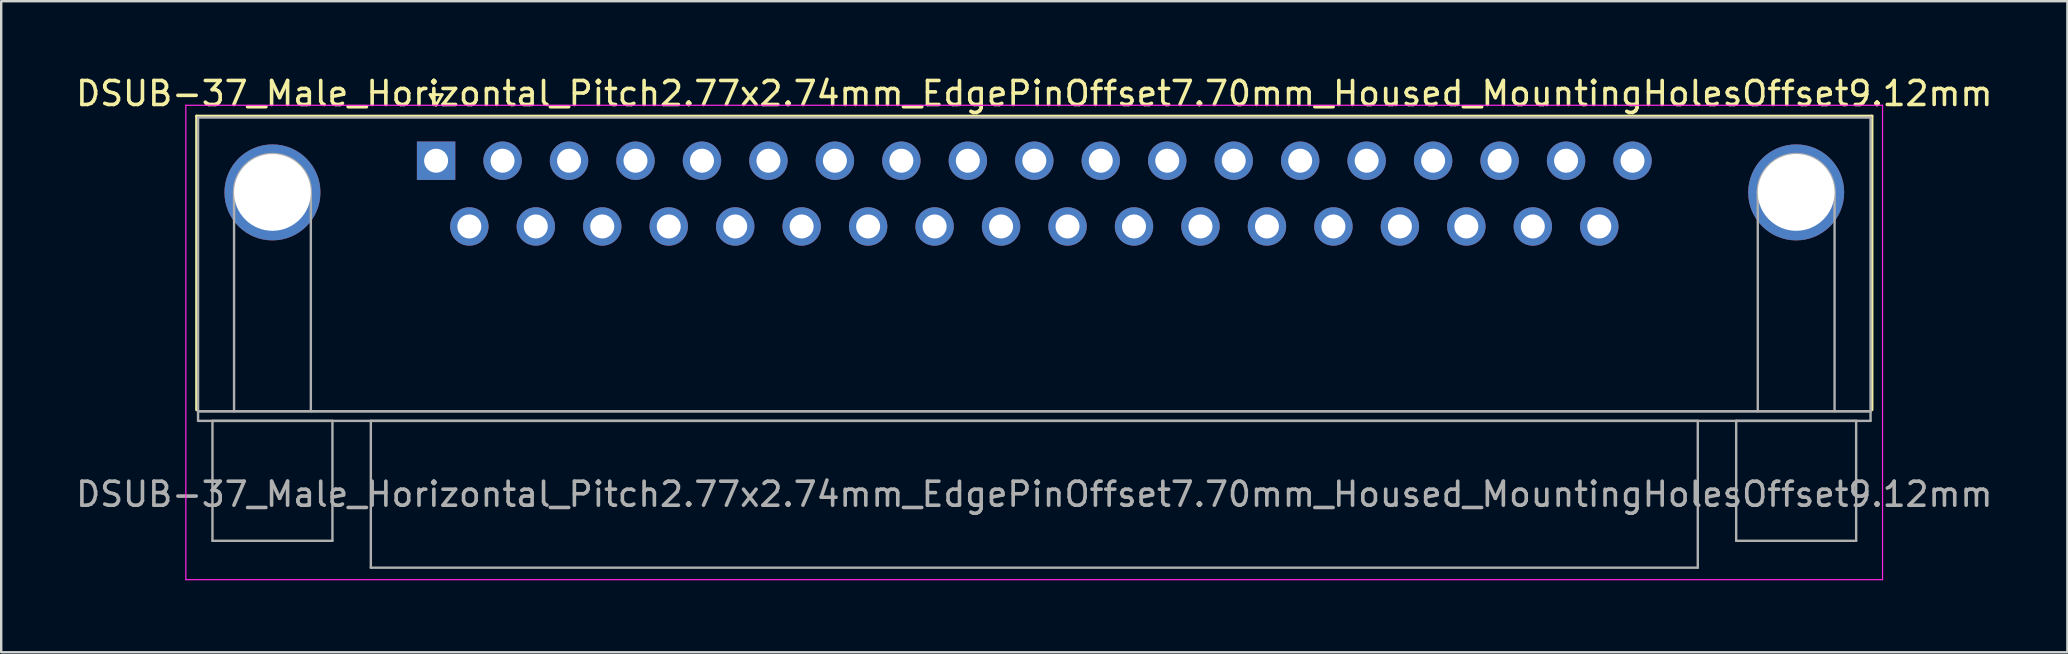
<source format=kicad_pcb>
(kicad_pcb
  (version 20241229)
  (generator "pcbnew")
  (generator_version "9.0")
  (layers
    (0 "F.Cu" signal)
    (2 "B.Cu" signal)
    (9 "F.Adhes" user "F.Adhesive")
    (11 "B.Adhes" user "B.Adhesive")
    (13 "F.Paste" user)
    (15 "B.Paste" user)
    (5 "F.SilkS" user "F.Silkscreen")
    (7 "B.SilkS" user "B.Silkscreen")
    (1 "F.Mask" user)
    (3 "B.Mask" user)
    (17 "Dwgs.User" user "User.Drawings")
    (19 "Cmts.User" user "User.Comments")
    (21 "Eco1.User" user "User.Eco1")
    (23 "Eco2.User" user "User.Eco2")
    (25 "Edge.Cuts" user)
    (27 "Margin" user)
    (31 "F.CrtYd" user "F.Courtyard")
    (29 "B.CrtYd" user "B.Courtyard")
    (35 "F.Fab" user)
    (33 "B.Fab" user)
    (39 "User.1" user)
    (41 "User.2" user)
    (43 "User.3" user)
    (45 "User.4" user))
  (footprint "DSUB-37_Male_Horizontal_Pitch2.77x2.74mm_EdgePinOffset7.70mm_Housed_MountingHolesOffset9.12mm"
    (layer "F.Cu")
    (at 15.124 3.648)
    (property "Reference" "DSUB-37_Male_Horizontal_Pitch2.77x2.74mm_EdgePinOffset7.70mm_Housed_MountingHolesOffset9.12mm" (at 24.93 -2.8 0) (layer "F.SilkS") (effects (font (size 1 1) (thickness 0.15))))
    (attr through_hole)
    (fp_line (start -9.98 -1.86) (end 59.84 -1.86) (stroke (width 0.12) (type solid)) (layer "F.SilkS"))
    (fp_line (start -9.98 10.38) (end -9.98 -1.86) (stroke (width 0.12) (type solid)) (layer "F.SilkS"))
    (fp_line (start -0.25 -2.754) (end 0.25 -2.754) (stroke (width 0.12) (type solid)) (layer "F.SilkS"))
    (fp_line (start 0 -2.321) (end -0.25 -2.754) (stroke (width 0.12) (type solid)) (layer "F.SilkS"))
    (fp_line (start 0.25 -2.754) (end 0 -2.321) (stroke (width 0.12) (type solid)) (layer "F.SilkS"))
    (fp_line (start 59.84 -1.86) (end 59.84 10.38) (stroke (width 0.12) (type solid)) (layer "F.SilkS"))
    (fp_line (start -10.43 -2.31) (end -10.43 17.46) (stroke (width 0.05) (type solid)) (layer "F.CrtYd"))
    (fp_line (start -10.43 17.46) (end 60.28 17.46) (stroke (width 0.05) (type solid)) (layer "F.CrtYd"))
    (fp_line (start 60.28 -2.31) (end -10.43 -2.31) (stroke (width 0.05) (type solid)) (layer "F.CrtYd"))
    (fp_line (start 60.28 17.46) (end 60.28 -2.31) (stroke (width 0.05) (type solid)) (layer "F.CrtYd"))
    (fp_line (start -9.92 -1.8) (end -9.92 10.44) (stroke (width 0.1) (type solid)) (layer "F.Fab"))
    (fp_line (start -9.92 10.44) (end -9.92 10.84) (stroke (width 0.1) (type solid)) (layer "F.Fab"))
    (fp_line (start -9.92 10.44) (end 59.78 10.44) (stroke (width 0.1) (type solid)) (layer "F.Fab"))
    (fp_line (start -9.92 10.84) (end 59.78 10.84) (stroke (width 0.1) (type solid)) (layer "F.Fab"))
    (fp_line (start -9.32 10.84) (end -9.32 15.84) (stroke (width 0.1) (type solid)) (layer "F.Fab"))
    (fp_line (start -9.32 15.84) (end -4.32 15.84) (stroke (width 0.1) (type solid)) (layer "F.Fab"))
    (fp_line (start -8.42 10.44) (end -8.42 1.32) (stroke (width 0.1) (type solid)) (layer "F.Fab"))
    (fp_line (start -5.22 10.44) (end -5.22 1.32) (stroke (width 0.1) (type solid)) (layer "F.Fab"))
    (fp_line (start -4.32 10.84) (end -9.32 10.84) (stroke (width 0.1) (type solid)) (layer "F.Fab"))
    (fp_line (start -4.32 15.84) (end -4.32 10.84) (stroke (width 0.1) (type solid)) (layer "F.Fab"))
    (fp_line (start -2.72 10.84) (end -2.72 16.96) (stroke (width 0.1) (type solid)) (layer "F.Fab"))
    (fp_line (start -2.72 16.96) (end 52.58 16.96) (stroke (width 0.1) (type solid)) (layer "F.Fab"))
    (fp_line (start 52.58 10.84) (end -2.72 10.84) (stroke (width 0.1) (type solid)) (layer "F.Fab"))
    (fp_line (start 52.58 16.96) (end 52.58 10.84) (stroke (width 0.1) (type solid)) (layer "F.Fab"))
    (fp_line (start 54.18 10.84) (end 54.18 15.84) (stroke (width 0.1) (type solid)) (layer "F.Fab"))
    (fp_line (start 54.18 15.84) (end 59.18 15.84) (stroke (width 0.1) (type solid)) (layer "F.Fab"))
    (fp_line (start 55.08 10.44) (end 55.08 1.32) (stroke (width 0.1) (type solid)) (layer "F.Fab"))
    (fp_line (start 58.28 10.44) (end 58.28 1.32) (stroke (width 0.1) (type solid)) (layer "F.Fab"))
    (fp_line (start 59.18 10.84) (end 54.18 10.84) (stroke (width 0.1) (type solid)) (layer "F.Fab"))
    (fp_line (start 59.18 15.84) (end 59.18 10.84) (stroke (width 0.1) (type solid)) (layer "F.Fab"))
    (fp_line (start 59.78 -1.8) (end -9.92 -1.8) (stroke (width 0.1) (type solid)) (layer "F.Fab"))
    (fp_line (start 59.78 10.44) (end -9.92 10.44) (stroke (width 0.1) (type solid)) (layer "F.Fab"))
    (fp_line (start 59.78 10.44) (end 59.78 -1.8) (stroke (width 0.1) (type solid)) (layer "F.Fab"))
    (fp_line (start 59.78 10.84) (end 59.78 10.44) (stroke (width 0.1) (type solid)) (layer "F.Fab"))
    (fp_arc (start -8.42 1.32) (mid -6.82 -0.28) (end -5.22 1.32) (stroke (width 0.1) (type solid)) (layer "F.Fab"))
    (fp_arc (start 55.08 1.32) (mid 56.68 -0.28) (end 58.28 1.32) (stroke (width 0.1) (type solid)) (layer "F.Fab"))
    (fp_text user "${REFERENCE}" (at 24.93 13.9 0) (layer "F.Fab") (effects (font (size 1 1) (thickness 0.15))))
    (pad "0" thru_hole circle (at -6.82 1.32) (size 4 4) (drill 3.2) (layers "*.Cu" "*.Mask"))
    (pad "0" thru_hole circle (at 56.68 1.32) (size 4 4) (drill 3.2) (layers "*.Cu" "*.Mask"))
    (pad "1" thru_hole rect (at 0 0) (size 1.6 1.6) (drill 1) (layers "*.Cu" "*.Mask"))
    (pad "2" thru_hole circle (at 2.77 0) (size 1.6 1.6) (drill 1) (layers "*.Cu" "*.Mask"))
    (pad "3" thru_hole circle (at 5.54 0) (size 1.6 1.6) (drill 1) (layers "*.Cu" "*.Mask"))
    (pad "4" thru_hole circle (at 8.31 0) (size 1.6 1.6) (drill 1) (layers "*.Cu" "*.Mask"))
    (pad "5" thru_hole circle (at 11.08 0) (size 1.6 1.6) (drill 1) (layers "*.Cu" "*.Mask"))
    (pad "6" thru_hole circle (at 13.85 0) (size 1.6 1.6) (drill 1) (layers "*.Cu" "*.Mask"))
    (pad "7" thru_hole circle (at 16.62 0) (size 1.6 1.6) (drill 1) (layers "*.Cu" "*.Mask"))
    (pad "8" thru_hole circle (at 19.39 0) (size 1.6 1.6) (drill 1) (layers "*.Cu" "*.Mask"))
    (pad "9" thru_hole circle (at 22.16 0) (size 1.6 1.6) (drill 1) (layers "*.Cu" "*.Mask"))
    (pad "10" thru_hole circle (at 24.93 0) (size 1.6 1.6) (drill 1) (layers "*.Cu" "*.Mask"))
    (pad "11" thru_hole circle (at 27.7 0) (size 1.6 1.6) (drill 1) (layers "*.Cu" "*.Mask"))
    (pad "12" thru_hole circle (at 30.47 0) (size 1.6 1.6) (drill 1) (layers "*.Cu" "*.Mask"))
    (pad "13" thru_hole circle (at 33.24 0) (size 1.6 1.6) (drill 1) (layers "*.Cu" "*.Mask"))
    (pad "14" thru_hole circle (at 36.01 0) (size 1.6 1.6) (drill 1) (layers "*.Cu" "*.Mask"))
    (pad "15" thru_hole circle (at 38.78 0) (size 1.6 1.6) (drill 1) (layers "*.Cu" "*.Mask"))
    (pad "16" thru_hole circle (at 41.55 0) (size 1.6 1.6) (drill 1) (layers "*.Cu" "*.Mask"))
    (pad "17" thru_hole circle (at 44.32 0) (size 1.6 1.6) (drill 1) (layers "*.Cu" "*.Mask"))
    (pad "18" thru_hole circle (at 47.09 0) (size 1.6 1.6) (drill 1) (layers "*.Cu" "*.Mask"))
    (pad "19" thru_hole circle (at 49.86 0) (size 1.6 1.6) (drill 1) (layers "*.Cu" "*.Mask"))
    (pad "20" thru_hole circle (at 1.385 2.74) (size 1.6 1.6) (drill 1) (layers "*.Cu" "*.Mask"))
    (pad "21" thru_hole circle (at 4.155 2.74) (size 1.6 1.6) (drill 1) (layers "*.Cu" "*.Mask"))
    (pad "22" thru_hole circle (at 6.925 2.74) (size 1.6 1.6) (drill 1) (layers "*.Cu" "*.Mask"))
    (pad "23" thru_hole circle (at 9.695 2.74) (size 1.6 1.6) (drill 1) (layers "*.Cu" "*.Mask"))
    (pad "24" thru_hole circle (at 12.465 2.74) (size 1.6 1.6) (drill 1) (layers "*.Cu" "*.Mask"))
    (pad "25" thru_hole circle (at 15.235 2.74) (size 1.6 1.6) (drill 1) (layers "*.Cu" "*.Mask"))
    (pad "26" thru_hole circle (at 18.005 2.74) (size 1.6 1.6) (drill 1) (layers "*.Cu" "*.Mask"))
    (pad "27" thru_hole circle (at 20.775 2.74) (size 1.6 1.6) (drill 1) (layers "*.Cu" "*.Mask"))
    (pad "28" thru_hole circle (at 23.545 2.74) (size 1.6 1.6) (drill 1) (layers "*.Cu" "*.Mask"))
    (pad "29" thru_hole circle (at 26.315 2.74) (size 1.6 1.6) (drill 1) (layers "*.Cu" "*.Mask"))
    (pad "30" thru_hole circle (at 29.085 2.74) (size 1.6 1.6) (drill 1) (layers "*.Cu" "*.Mask"))
    (pad "31" thru_hole circle (at 31.855 2.74) (size 1.6 1.6) (drill 1) (layers "*.Cu" "*.Mask"))
    (pad "32" thru_hole circle (at 34.625 2.74) (size 1.6 1.6) (drill 1) (layers "*.Cu" "*.Mask"))
    (pad "33" thru_hole circle (at 37.395 2.74) (size 1.6 1.6) (drill 1) (layers "*.Cu" "*.Mask"))
    (pad "34" thru_hole circle (at 40.165 2.74) (size 1.6 1.6) (drill 1) (layers "*.Cu" "*.Mask"))
    (pad "35" thru_hole circle (at 42.935 2.74) (size 1.6 1.6) (drill 1) (layers "*.Cu" "*.Mask"))
    (pad "36" thru_hole circle (at 45.705 2.74) (size 1.6 1.6) (drill 1) (layers "*.Cu" "*.Mask"))
    (pad "37" thru_hole circle (at 48.475 2.74) (size 1.6 1.6) (drill 1) (layers "*.Cu" "*.Mask")))
  (gr_rect
    (start -3 -3)
    (end 83.107 24.133)
    (stroke (width 0.1) (type default))
    (fill no)
    (layer "Edge.Cuts")))
</source>
